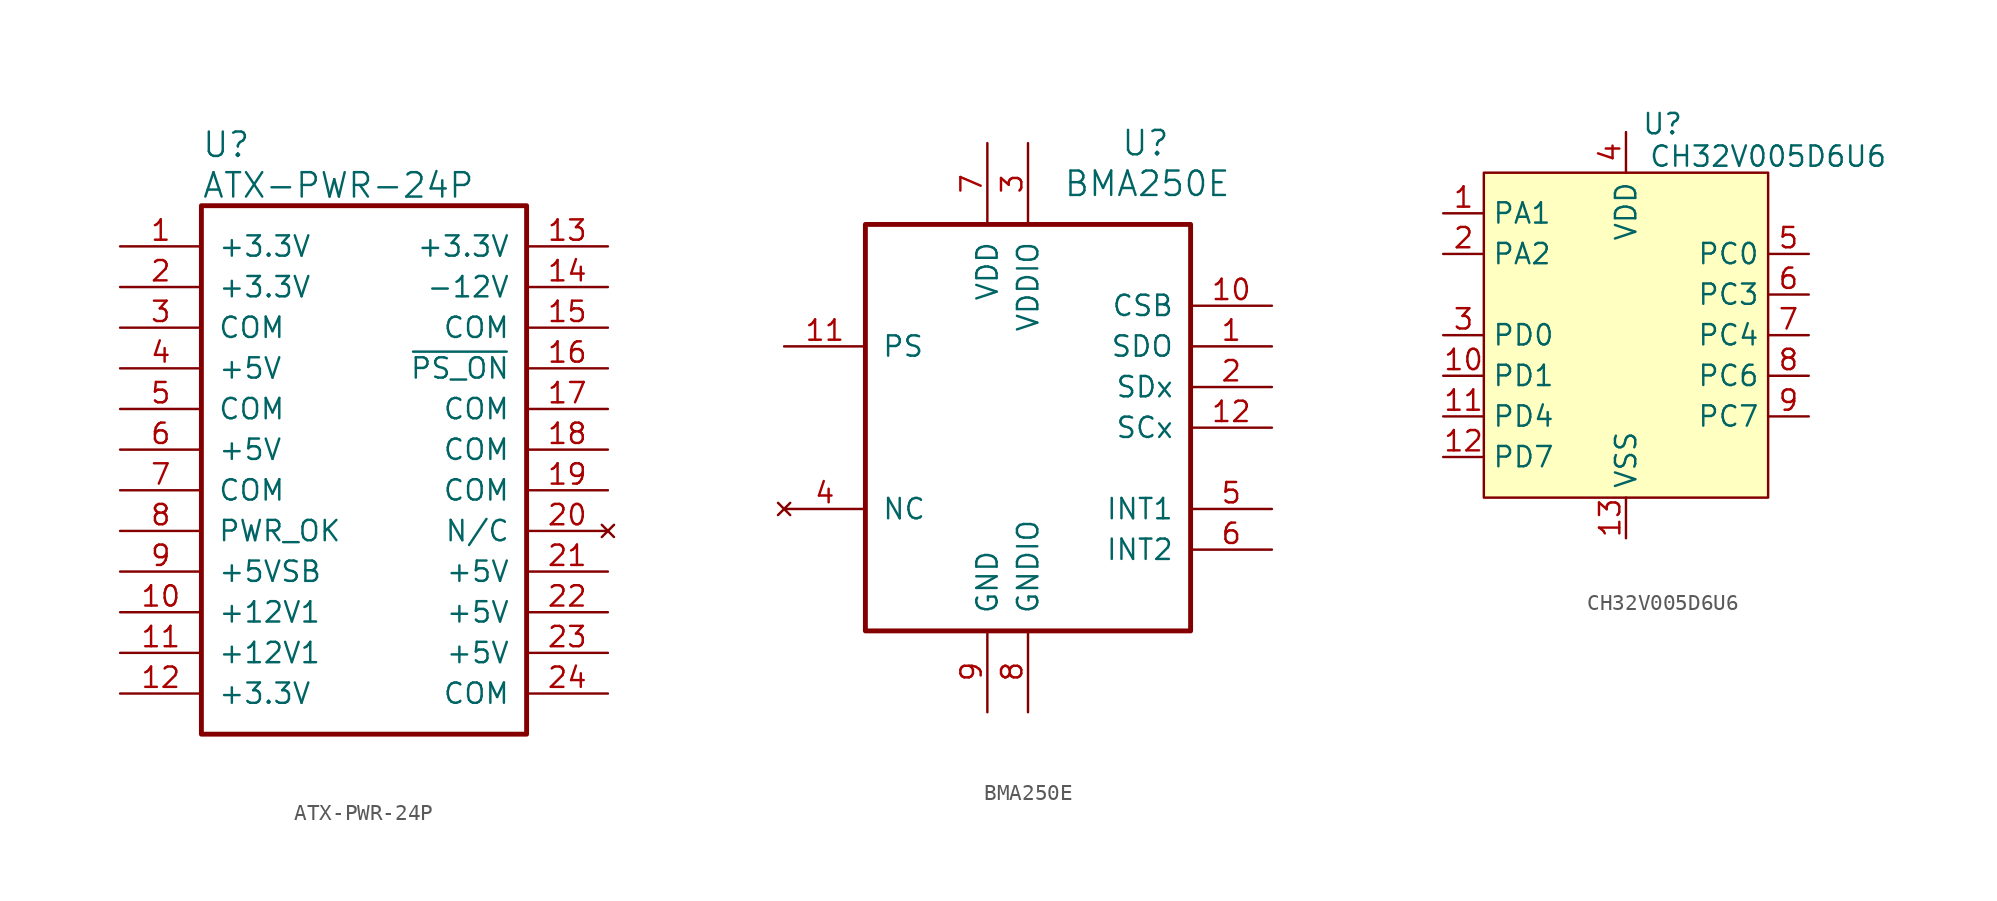
<source format=kicad_sym>
(kicad_symbol_lib
  (version 20241209)
  (generator "kicad_symbol_editor")
  (generator_version "9.0")
  (symbol "ATX-PWR-24P"
    (pin_names
      (offset 1.016))
    (property "Reference" "U"
      (at 5.08 6.35 0)
      (effects (font (size 1.524 1.524)) (justify left)))
    (property "Value" "ATX-PWR-24P"
      (at 5.08 3.81 0)
      (effects (font (size 1.524 1.524)) (justify left)))
    (property "ki_locked" ""
      (at 0 0 0)
      (effects (font (size 1.27 1.27))))
    (symbol "ATX-PWR-24P_1_1"
      (rectangle (start 5.08 2.54) (end 25.4 -30.48) (stroke (width 0.305) (type default)) (fill (type none)))
      (pin power_out line (at 0 0 0) (length 5.08) (name "+3.3V" (effects (font (size 1.27 1.27)))) (number "1" (effects (font (size 1.27 1.27)))))
      (pin power_out line (at 0 -2.54 0) (length 5.08) (name "+3.3V" (effects (font (size 1.27 1.27)))) (number "2" (effects (font (size 1.27 1.27)))))
      (pin power_in line (at 0 -5.08 0) (length 5.08) (name "COM" (effects (font (size 1.27 1.27)))) (number "3" (effects (font (size 1.27 1.27)))))
      (pin power_out line (at 0 -7.62 0) (length 5.08) (name "+5V" (effects (font (size 1.27 1.27)))) (number "4" (effects (font (size 1.27 1.27)))))
      (pin power_in line (at 0 -10.16 0) (length 5.08) (name "COM" (effects (font (size 1.27 1.27)))) (number "5" (effects (font (size 1.27 1.27)))))
      (pin power_out line (at 0 -12.7 0) (length 5.08) (name "+5V" (effects (font (size 1.27 1.27)))) (number "6" (effects (font (size 1.27 1.27)))))
      (pin power_in line (at 0 -15.24 0) (length 5.08) (name "COM" (effects (font (size 1.27 1.27)))) (number "7" (effects (font (size 1.27 1.27)))))
      (pin output line (at 0 -17.78 0) (length 5.08) (name "PWR_OK" (effects (font (size 1.27 1.27)))) (number "8" (effects (font (size 1.27 1.27)))))
      (pin power_out line (at 0 -20.32 0) (length 5.08) (name "+5VSB" (effects (font (size 1.27 1.27)))) (number "9" (effects (font (size 1.27 1.27)))))
      (pin power_out line (at 0 -22.86 0) (length 5.08) (name "+12V1" (effects (font (size 1.27 1.27)))) (number "10" (effects (font (size 1.27 1.27)))))
      (pin power_out line (at 0 -25.4 0) (length 5.08) (name "+12V1" (effects (font (size 1.27 1.27)))) (number "11" (effects (font (size 1.27 1.27)))))
      (pin power_out line (at 0 -27.94 0) (length 5.08) (name "+3.3V" (effects (font (size 1.27 1.27)))) (number "12" (effects (font (size 1.27 1.27)))))
      (pin power_out line (at 30.48 0 180) (length 5.08) (name "+3.3V" (effects (font (size 1.27 1.27)))) (number "13" (effects (font (size 1.27 1.27)))))
      (pin power_out line (at 30.48 -2.54 180) (length 5.08) (name "-12V" (effects (font (size 1.27 1.27)))) (number "14" (effects (font (size 1.27 1.27)))))
      (pin power_in line (at 30.48 -5.08 180) (length 5.08) (name "COM" (effects (font (size 1.27 1.27)))) (number "15" (effects (font (size 1.27 1.27)))))
      (pin input line (at 30.48 -7.62 180) (length 5.08) (name "~{PS_ON}" (effects (font (size 1.27 1.27)))) (number "16" (effects (font (size 1.27 1.27)))))
      (pin power_in line (at 30.48 -10.16 180) (length 5.08) (name "COM" (effects (font (size 1.27 1.27)))) (number "17" (effects (font (size 1.27 1.27)))))
      (pin power_in line (at 30.48 -12.7 180) (length 5.08) (name "COM" (effects (font (size 1.27 1.27)))) (number "18" (effects (font (size 1.27 1.27)))))
      (pin power_in line (at 30.48 -15.24 180) (length 5.08) (name "COM" (effects (font (size 1.27 1.27)))) (number "19" (effects (font (size 1.27 1.27)))))
      (pin no_connect line (at 30.48 -17.78 180) (length 5.08) (name "N/C" (effects (font (size 1.27 1.27)))) (number "20" (effects (font (size 1.27 1.27)))))
      (pin power_out line (at 30.48 -20.32 180) (length 5.08) (name "+5V" (effects (font (size 1.27 1.27)))) (number "21" (effects (font (size 1.27 1.27)))))
      (pin power_out line (at 30.48 -22.86 180) (length 5.08) (name "+5V" (effects (font (size 1.27 1.27)))) (number "22" (effects (font (size 1.27 1.27)))))
      (pin power_out line (at 30.48 -25.4 180) (length 5.08) (name "+5V" (effects (font (size 1.27 1.27)))) (number "23" (effects (font (size 1.27 1.27)))))
      (pin power_in line (at 30.48 -27.94 180) (length 5.08) (name "COM" (effects (font (size 1.27 1.27)))) (number "24" (effects (font (size 1.27 1.27)))))))
  (symbol "BMA250E"
    (pin_names
      (offset 1.016))
    (property "Reference" "U"
      (at 8.89 17.78 0)
      (effects (font (size 1.524 1.524)) (justify right)))
    (property "Value" "BMA250E"
      (at 12.7 15.24 0)
      (effects (font (size 1.524 1.524)) (justify right)))
    (property "ki_locked" ""
      (at 0 0 0)
      (effects (font (size 1.27 1.27))))
    (symbol "BMA250E_1_1"
      (rectangle (start -10.16 12.7) (end 10.16 -12.7) (stroke (width 0.305) (type default)) (fill (type none)))
      (pin input line (at -15.24 5.08 0) (length 5.08) (name "PS" (effects (font (size 1.27 1.27)))) (number "11" (effects (font (size 1.27 1.27)))))
      (pin no_connect line (at -15.24 -5.08 0) (length 5.08) (name "NC" (effects (font (size 1.27 1.27)))) (number "4" (effects (font (size 1.27 1.27)))))
      (pin power_in line (at -2.54 17.78 270) (length 5.08) (name "VDD" (effects (font (size 1.27 1.27)))) (number "7" (effects (font (size 1.27 1.27)))))
      (pin power_in line (at -2.54 -17.78 90) (length 5.08) (name "GND" (effects (font (size 1.27 1.27)))) (number "9" (effects (font (size 1.27 1.27)))))
      (pin power_in line (at 0 17.78 270) (length 5.08) (name "VDDIO" (effects (font (size 1.27 1.27)))) (number "3" (effects (font (size 1.27 1.27)))))
      (pin power_in line (at 0 -17.78 90) (length 5.08) (name "GNDIO" (effects (font (size 1.27 1.27)))) (number "8" (effects (font (size 1.27 1.27)))))
      (pin input line (at 15.24 7.62 180) (length 5.08) (name "CSB" (effects (font (size 1.27 1.27)))) (number "10" (effects (font (size 1.27 1.27)))))
      (pin output line (at 15.24 5.08 180) (length 5.08) (name "SDO" (effects (font (size 1.27 1.27)))) (number "1" (effects (font (size 1.27 1.27)))))
      (pin bidirectional line (at 15.24 2.54 180) (length 5.08) (name "SDx" (effects (font (size 1.27 1.27)))) (number "2" (effects (font (size 1.27 1.27)))))
      (pin input line (at 15.24 0 180) (length 5.08) (name "SCx" (effects (font (size 1.27 1.27)))) (number "12" (effects (font (size 1.27 1.27)))))
      (pin output line (at 15.24 -5.08 180) (length 5.08) (name "INT1" (effects (font (size 1.27 1.27)))) (number "5" (effects (font (size 1.27 1.27)))))
      (pin output line (at 15.24 -7.62 180) (length 5.08) (name "INT2" (effects (font (size 1.27 1.27)))) (number "6" (effects (font (size 1.27 1.27)))))))
  (symbol "CH32V005D6U6"
    (property "Reference" "U"
      (at 2.286 13.208 0)
      (effects (font (size 1.27 1.27))))
    (property "Value" "CH32V005D6U6"
      (at 8.89 11.176 0)
      (effects (font (size 1.27 1.27))))
    (symbol "CH32V005D6U6_1_1"
      (rectangle (start -8.89 10.16) (end 8.89 -10.16) (stroke (width 0) (type solid)) (fill (type background)))
      (pin bidirectional line (at -11.43 7.62 0) (length 2.54) (name "PA1" (effects (font (size 1.27 1.27)))) (number "1" (effects (font (size 1.27 1.27)))) (alternate "A1" input line) (alternate "OPN0" input line) (alternate "T1C2" bidirectional line) (alternate "XI" input line))
      (pin bidirectional line (at -11.43 5.08 0) (length 2.54) (name "PA2" (effects (font (size 1.27 1.27)))) (number "2" (effects (font (size 1.27 1.27)))) (alternate "A0" input line) (alternate "OPP0" input line) (alternate "T1C2N" output line) (alternate "XO" output line))
      (pin bidirectional line (at -11.43 0 0) (length 2.54) (name "PD0" (effects (font (size 1.27 1.27)))) (number "3" (effects (font (size 1.27 1.27)))) (alternate "OPN1" input line) (alternate "SDA_" bidirectional line) (alternate "T1C1N" output line) (alternate "TX_" output line))
      (pin bidirectional line (at -11.43 -2.54 0) (length 2.54) (name "PD1" (effects (font (size 1.27 1.27)))) (number "10" (effects (font (size 1.27 1.27)))) (alternate "RX_" input line) (alternate "SCL_" bidirectional line) (alternate "SWIO" bidirectional line) (alternate "T1C3N" output line))
      (pin bidirectional line (at -11.43 -5.08 0) (length 2.54) (name "PD4" (effects (font (size 1.27 1.27)))) (number "11" (effects (font (size 1.27 1.27)))) (alternate "A7" input line) (alternate "OP0" output line) (alternate "T1C4_" bidirectional line) (alternate "T2C1" bidirectional line))
      (pin bidirectional line (at -11.43 -7.62 0) (length 2.54) (name "PD7" (effects (font (size 1.27 1.27)))) (number "12" (effects (font (size 1.27 1.27)))) (alternate "OPN2" input line) (alternate "OPP1" input line) (alternate "PA4" bidirectional line) (alternate "RST" input line) (alternate "T2C4" bidirectional line))
      (pin power_in line (at 0 12.7 270) (length 2.54) (name "VDD" (effects (font (size 1.27 1.27)))) (number "4" (effects (font (size 1.27 1.27)))))
      (pin power_in line (at 0 -12.7 90) (length 2.54) (name "VSS" (effects (font (size 1.27 1.27)))) (number "13" (effects (font (size 1.27 1.27)))))
      (pin bidirectional line (at 11.43 5.08 180) (length 2.54) (name "PC0" (effects (font (size 1.27 1.27)))) (number "5" (effects (font (size 1.27 1.27)))) (alternate "T1C3_" bidirectional line) (alternate "T2C3" bidirectional line))
      (pin bidirectional line (at 11.43 2.54 180) (length 2.54) (name "PC3" (effects (font (size 1.27 1.27)))) (number "6" (effects (font (size 1.27 1.27)))) (alternate "T1C1N_" output line) (alternate "T1C3" bidirectional line))
      (pin bidirectional line (at 11.43 0 180) (length 2.54) (name "PC4" (effects (font (size 1.27 1.27)))) (number "7" (effects (font (size 1.27 1.27)))) (alternate "A2" input line) (alternate "MCO" output line) (alternate "T1C1_" bidirectional line) (alternate "T1C2N_" output line) (alternate "T1C4" bidirectional line))
      (pin bidirectional line (at 11.43 -2.54 180) (length 2.54) (name "PC6" (effects (font (size 1.27 1.27)))) (number "8" (effects (font (size 1.27 1.27)))) (alternate "T1C1_" bidirectional line) (alternate "T1C3N_" output line))
      (pin bidirectional line (at 11.43 -5.08 180) (length 2.54) (name "PC7" (effects (font (size 1.27 1.27)))) (number "9" (effects (font (size 1.27 1.27)))) (alternate "T1C2_" bidirectional line) (alternate "T2C2_" bidirectional line)))))
</source>
